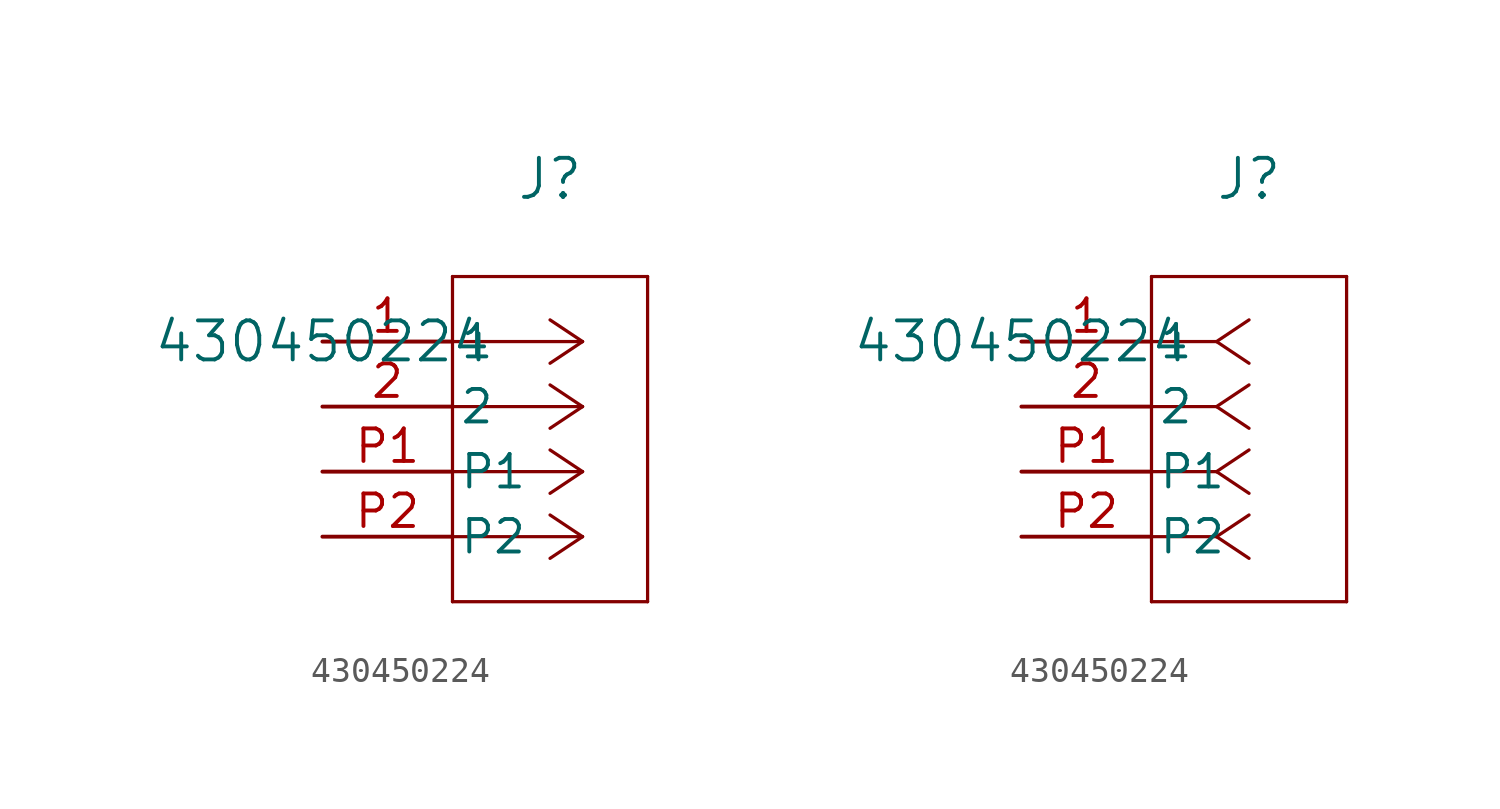
<source format=kicad_sym>
(kicad_symbol_lib
  (version 20211014)
  (generator kicad_symbol_editor)
  (symbol "430450224"
    (pin_names
      (offset 0.254))
    (property "Reference" "J"
      (at 8.89 6.35 0)
      (effects (font (size 1.524 1.524))))
    (property "Value" "430450224"
      (at 0 0 0)
      (effects (font (size 1.524 1.524))))
    (symbol "430450224_1_1"
      (polyline (pts (xy 10.16 0) (xy 5.08 0)) (stroke (width 0.127) (type default) (color 0 0 0 0)) (fill (type none)))
      (polyline (pts (xy 10.16 -2.54) (xy 5.08 -2.54)) (stroke (width 0.127) (type default) (color 0 0 0 0)) (fill (type none)))
      (polyline (pts (xy 10.16 -5.08) (xy 5.08 -5.08)) (stroke (width 0.127) (type default) (color 0 0 0 0)) (fill (type none)))
      (polyline (pts (xy 10.16 -7.62) (xy 5.08 -7.62)) (stroke (width 0.127) (type default) (color 0 0 0 0)) (fill (type none)))
      (polyline (pts (xy 10.16 0) (xy 8.89 0.847)) (stroke (width 0.127) (type default) (color 0 0 0 0)) (fill (type none)))
      (polyline (pts (xy 10.16 -2.54) (xy 8.89 -1.693)) (stroke (width 0.127) (type default) (color 0 0 0 0)) (fill (type none)))
      (polyline (pts (xy 10.16 -5.08) (xy 8.89 -4.233)) (stroke (width 0.127) (type default) (color 0 0 0 0)) (fill (type none)))
      (polyline (pts (xy 10.16 -7.62) (xy 8.89 -6.773)) (stroke (width 0.127) (type default) (color 0 0 0 0)) (fill (type none)))
      (polyline (pts (xy 10.16 0) (xy 8.89 -0.847)) (stroke (width 0.127) (type default) (color 0 0 0 0)) (fill (type none)))
      (polyline (pts (xy 10.16 -2.54) (xy 8.89 -3.387)) (stroke (width 0.127) (type default) (color 0 0 0 0)) (fill (type none)))
      (polyline (pts (xy 10.16 -5.08) (xy 8.89 -5.927)) (stroke (width 0.127) (type default) (color 0 0 0 0)) (fill (type none)))
      (polyline (pts (xy 10.16 -7.62) (xy 8.89 -8.467)) (stroke (width 0.127) (type default) (color 0 0 0 0)) (fill (type none)))
      (polyline (pts (xy 5.08 2.54) (xy 5.08 -10.16)) (stroke (width 0.127) (type default) (color 0 0 0 0)) (fill (type none)))
      (polyline (pts (xy 5.08 -10.16) (xy 12.7 -10.16)) (stroke (width 0.127) (type default) (color 0 0 0 0)) (fill (type none)))
      (polyline (pts (xy 12.7 -10.16) (xy 12.7 2.54)) (stroke (width 0.127) (type default) (color 0 0 0 0)) (fill (type none)))
      (polyline (pts (xy 12.7 2.54) (xy 5.08 2.54)) (stroke (width 0.127) (type default) (color 0 0 0 0)) (fill (type none)))
      (pin unspecified line (at 0 0 0) (length 5.08) (name "1" (effects (font (size 1.27 1.27)))) (number "1" (effects (font (size 1.27 1.27)))))
      (pin unspecified line (at 0 -2.54 0) (length 5.08) (name "2" (effects (font (size 1.27 1.27)))) (number "2" (effects (font (size 1.27 1.27)))))
      (pin unspecified line (at 0 -5.08 0) (length 5.08) (name "P1" (effects (font (size 1.27 1.27)))) (number "P1" (effects (font (size 1.27 1.27)))))
      (pin unspecified line (at 0 -7.62 0) (length 5.08) (name "P2" (effects (font (size 1.27 1.27)))) (number "P2" (effects (font (size 1.27 1.27))))))
    (symbol "430450224_1_2"
      (polyline (pts (xy 7.62 0) (xy 5.08 0)) (stroke (width 0.127) (type default) (color 0 0 0 0)) (fill (type none)))
      (polyline (pts (xy 7.62 -2.54) (xy 5.08 -2.54)) (stroke (width 0.127) (type default) (color 0 0 0 0)) (fill (type none)))
      (polyline (pts (xy 7.62 -5.08) (xy 5.08 -5.08)) (stroke (width 0.127) (type default) (color 0 0 0 0)) (fill (type none)))
      (polyline (pts (xy 7.62 -7.62) (xy 5.08 -7.62)) (stroke (width 0.127) (type default) (color 0 0 0 0)) (fill (type none)))
      (polyline (pts (xy 7.62 0) (xy 8.89 0.847)) (stroke (width 0.127) (type default) (color 0 0 0 0)) (fill (type none)))
      (polyline (pts (xy 7.62 -2.54) (xy 8.89 -1.693)) (stroke (width 0.127) (type default) (color 0 0 0 0)) (fill (type none)))
      (polyline (pts (xy 7.62 -5.08) (xy 8.89 -4.233)) (stroke (width 0.127) (type default) (color 0 0 0 0)) (fill (type none)))
      (polyline (pts (xy 7.62 -7.62) (xy 8.89 -6.773)) (stroke (width 0.127) (type default) (color 0 0 0 0)) (fill (type none)))
      (polyline (pts (xy 7.62 0) (xy 8.89 -0.847)) (stroke (width 0.127) (type default) (color 0 0 0 0)) (fill (type none)))
      (polyline (pts (xy 7.62 -2.54) (xy 8.89 -3.387)) (stroke (width 0.127) (type default) (color 0 0 0 0)) (fill (type none)))
      (polyline (pts (xy 7.62 -5.08) (xy 8.89 -5.927)) (stroke (width 0.127) (type default) (color 0 0 0 0)) (fill (type none)))
      (polyline (pts (xy 7.62 -7.62) (xy 8.89 -8.467)) (stroke (width 0.127) (type default) (color 0 0 0 0)) (fill (type none)))
      (polyline (pts (xy 5.08 2.54) (xy 5.08 -10.16)) (stroke (width 0.127) (type default) (color 0 0 0 0)) (fill (type none)))
      (polyline (pts (xy 5.08 -10.16) (xy 12.7 -10.16)) (stroke (width 0.127) (type default) (color 0 0 0 0)) (fill (type none)))
      (polyline (pts (xy 12.7 -10.16) (xy 12.7 2.54)) (stroke (width 0.127) (type default) (color 0 0 0 0)) (fill (type none)))
      (polyline (pts (xy 12.7 2.54) (xy 5.08 2.54)) (stroke (width 0.127) (type default) (color 0 0 0 0)) (fill (type none)))
      (pin unspecified line (at 0 0 0) (length 5.08) (name "1" (effects (font (size 1.27 1.27)))) (number "1" (effects (font (size 1.27 1.27)))))
      (pin unspecified line (at 0 -2.54 0) (length 5.08) (name "2" (effects (font (size 1.27 1.27)))) (number "2" (effects (font (size 1.27 1.27)))))
      (pin unspecified line (at 0 -5.08 0) (length 5.08) (name "P1" (effects (font (size 1.27 1.27)))) (number "P1" (effects (font (size 1.27 1.27)))))
      (pin unspecified line (at 0 -7.62 0) (length 5.08) (name "P2" (effects (font (size 1.27 1.27)))) (number "P2" (effects (font (size 1.27 1.27))))))))
</source>
